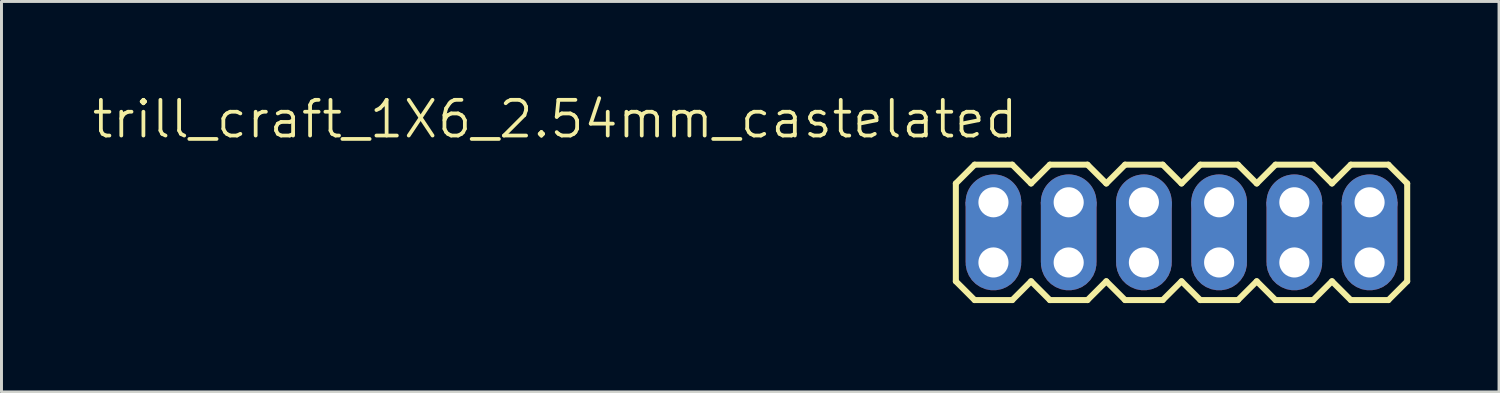
<source format=kicad_pcb>
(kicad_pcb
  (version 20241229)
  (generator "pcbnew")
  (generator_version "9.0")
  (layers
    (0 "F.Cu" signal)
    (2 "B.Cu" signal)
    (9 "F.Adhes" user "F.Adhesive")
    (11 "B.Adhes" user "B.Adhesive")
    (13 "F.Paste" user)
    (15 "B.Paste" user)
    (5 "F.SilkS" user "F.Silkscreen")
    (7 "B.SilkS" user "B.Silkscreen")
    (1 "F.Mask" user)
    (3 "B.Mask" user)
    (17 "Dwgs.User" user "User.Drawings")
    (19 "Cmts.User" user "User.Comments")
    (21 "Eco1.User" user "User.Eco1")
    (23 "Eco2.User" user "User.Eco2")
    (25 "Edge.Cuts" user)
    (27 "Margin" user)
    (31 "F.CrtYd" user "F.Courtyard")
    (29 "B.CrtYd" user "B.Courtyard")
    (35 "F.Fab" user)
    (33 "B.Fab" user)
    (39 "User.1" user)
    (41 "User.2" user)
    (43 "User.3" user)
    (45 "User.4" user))
  (footprint "trill_craft_1X6_2.54mm_castelated"
    (layer "F.Cu")
    (at 30.494 3.78)
    (property "Reference" "trill_craft_1X6_2.54mm_castelated" (at 0.9 -3.51 0) (layer "F.SilkS") (effects (font (size 1.206 1.206) (thickness 0.127)) (justify right top)))
    (attr through_hole)
    (fp_line (start -1.27 -0.635) (end -1.27 2.667) (stroke (width 0.203) (type solid)) (layer "F.SilkS"))
    (fp_line (start -1.27 2.667) (end -0.635 3.302) (stroke (width 0.203) (type solid)) (layer "F.SilkS"))
    (fp_line (start -0.635 -1.27) (end -1.27 -0.635) (stroke (width 0.203) (type solid)) (layer "F.SilkS"))
    (fp_line (start -0.635 -1.27) (end 0.635 -1.27) (stroke (width 0.203) (type solid)) (layer "F.SilkS"))
    (fp_line (start 0.635 -1.27) (end 1.27 -0.635) (stroke (width 0.203) (type solid)) (layer "F.SilkS"))
    (fp_line (start 0.635 3.302) (end -0.635 3.302) (stroke (width 0.203) (type solid)) (layer "F.SilkS"))
    (fp_line (start 1.27 -0.635) (end 1.905 -1.27) (stroke (width 0.203) (type solid)) (layer "F.SilkS"))
    (fp_line (start 1.27 2.667) (end 0.635 3.302) (stroke (width 0.203) (type solid)) (layer "F.SilkS"))
    (fp_line (start 1.905 -1.27) (end 3.175 -1.27) (stroke (width 0.203) (type solid)) (layer "F.SilkS"))
    (fp_line (start 1.905 3.302) (end 1.27 2.667) (stroke (width 0.203) (type solid)) (layer "F.SilkS"))
    (fp_line (start 3.175 -1.27) (end 3.81 -0.635) (stroke (width 0.203) (type solid)) (layer "F.SilkS"))
    (fp_line (start 3.175 3.302) (end 1.905 3.302) (stroke (width 0.203) (type solid)) (layer "F.SilkS"))
    (fp_line (start 3.81 -0.635) (end 4.445 -1.27) (stroke (width 0.203) (type solid)) (layer "F.SilkS"))
    (fp_line (start 3.81 2.667) (end 3.175 3.302) (stroke (width 0.203) (type solid)) (layer "F.SilkS"))
    (fp_line (start 4.445 -1.27) (end 5.715 -1.27) (stroke (width 0.203) (type solid)) (layer "F.SilkS"))
    (fp_line (start 4.445 3.302) (end 3.81 2.667) (stroke (width 0.203) (type solid)) (layer "F.SilkS"))
    (fp_line (start 5.715 -1.27) (end 6.35 -0.635) (stroke (width 0.203) (type solid)) (layer "F.SilkS"))
    (fp_line (start 5.715 3.302) (end 4.445 3.302) (stroke (width 0.203) (type solid)) (layer "F.SilkS"))
    (fp_line (start 6.35 2.667) (end 5.715 3.302) (stroke (width 0.203) (type solid)) (layer "F.SilkS"))
    (fp_line (start 6.35 2.667) (end 6.985 3.302) (stroke (width 0.203) (type solid)) (layer "F.SilkS"))
    (fp_line (start 6.985 -1.27) (end 6.35 -0.635) (stroke (width 0.203) (type solid)) (layer "F.SilkS"))
    (fp_line (start 6.985 -1.27) (end 8.255 -1.27) (stroke (width 0.203) (type solid)) (layer "F.SilkS"))
    (fp_line (start 8.255 -1.27) (end 8.89 -0.635) (stroke (width 0.203) (type solid)) (layer "F.SilkS"))
    (fp_line (start 8.255 3.302) (end 6.985 3.302) (stroke (width 0.203) (type solid)) (layer "F.SilkS"))
    (fp_line (start 8.89 -0.635) (end 9.525 -1.27) (stroke (width 0.203) (type solid)) (layer "F.SilkS"))
    (fp_line (start 8.89 2.667) (end 8.255 3.302) (stroke (width 0.203) (type solid)) (layer "F.SilkS"))
    (fp_line (start 9.525 -1.27) (end 10.795 -1.27) (stroke (width 0.203) (type solid)) (layer "F.SilkS"))
    (fp_line (start 9.525 3.302) (end 8.89 2.667) (stroke (width 0.203) (type solid)) (layer "F.SilkS"))
    (fp_line (start 10.795 -1.27) (end 11.43 -0.635) (stroke (width 0.203) (type solid)) (layer "F.SilkS"))
    (fp_line (start 10.795 3.302) (end 9.525 3.302) (stroke (width 0.203) (type solid)) (layer "F.SilkS"))
    (fp_line (start 11.43 -0.635) (end 12.065 -1.27) (stroke (width 0.203) (type solid)) (layer "F.SilkS"))
    (fp_line (start 11.43 2.667) (end 10.795 3.302) (stroke (width 0.203) (type solid)) (layer "F.SilkS"))
    (fp_line (start 12.065 -1.27) (end 13.335 -1.27) (stroke (width 0.203) (type solid)) (layer "F.SilkS"))
    (fp_line (start 12.065 3.302) (end 11.43 2.667) (stroke (width 0.203) (type solid)) (layer "F.SilkS"))
    (fp_line (start 13.335 -1.27) (end 13.97 -0.635) (stroke (width 0.203) (type solid)) (layer "F.SilkS"))
    (fp_line (start 13.335 3.302) (end 12.065 3.302) (stroke (width 0.203) (type solid)) (layer "F.SilkS"))
    (fp_line (start 13.97 2.667) (end 13.335 3.302) (stroke (width 0.203) (type solid)) (layer "F.SilkS"))
    (fp_line (start 13.97 2.667) (end 13.97 -0.635) (stroke (width 0.203) (type solid)) (layer "F.SilkS"))
    (fp_poly (pts (xy -0.254 0.254) (xy 0.254 0.254) (xy 0.254 -0.254) (xy -0.254 -0.254)) (stroke (width 0.1) (type solid)) (fill no) (layer "F.Fab"))
    (fp_poly (pts (xy -0.254 2.286) (xy 0.254 2.286) (xy 0.254 1.778) (xy -0.254 1.778)) (stroke (width 0.1) (type solid)) (fill no) (layer "F.Fab"))
    (fp_poly (pts (xy 2.286 0.254) (xy 2.794 0.254) (xy 2.794 -0.254) (xy 2.286 -0.254)) (stroke (width 0.1) (type solid)) (fill no) (layer "F.Fab"))
    (fp_poly (pts (xy 2.286 2.286) (xy 2.794 2.286) (xy 2.794 1.778) (xy 2.286 1.778)) (stroke (width 0.1) (type solid)) (fill no) (layer "F.Fab"))
    (fp_poly (pts (xy 4.826 0.254) (xy 5.334 0.254) (xy 5.334 -0.254) (xy 4.826 -0.254)) (stroke (width 0.1) (type solid)) (fill no) (layer "F.Fab"))
    (fp_poly (pts (xy 4.826 2.286) (xy 5.334 2.286) (xy 5.334 1.778) (xy 4.826 1.778)) (stroke (width 0.1) (type solid)) (fill no) (layer "F.Fab"))
    (fp_poly (pts (xy 7.366 0.254) (xy 7.874 0.254) (xy 7.874 -0.254) (xy 7.366 -0.254)) (stroke (width 0.1) (type solid)) (fill no) (layer "F.Fab"))
    (fp_poly (pts (xy 7.366 2.286) (xy 7.874 2.286) (xy 7.874 1.778) (xy 7.366 1.778)) (stroke (width 0.1) (type solid)) (fill no) (layer "F.Fab"))
    (fp_poly (pts (xy 9.906 0.254) (xy 10.414 0.254) (xy 10.414 -0.254) (xy 9.906 -0.254)) (stroke (width 0.1) (type solid)) (fill no) (layer "F.Fab"))
    (fp_poly (pts (xy 9.906 2.286) (xy 10.414 2.286) (xy 10.414 1.778) (xy 9.906 1.778)) (stroke (width 0.1) (type solid)) (fill no) (layer "F.Fab"))
    (fp_poly (pts (xy 12.446 0.254) (xy 12.954 0.254) (xy 12.954 -0.254) (xy 12.446 -0.254)) (stroke (width 0.1) (type solid)) (fill no) (layer "F.Fab"))
    (fp_poly (pts (xy 12.446 2.286) (xy 12.954 2.286) (xy 12.954 1.778) (xy 12.446 1.778)) (stroke (width 0.1) (type solid)) (fill no) (layer "F.Fab"))
    (pad "1" thru_hole circle (at 0 0 90) (size 1.88 1.88) (drill 1.016) (layers "*.Cu" "*.Mask"))
    (pad "1" thru_hole custom (at 0 2.032) (size 1.88 1.88) (drill 1.016) (layers "*.Cu" "*.Mask") (options (anchor circle)) (primitives (gr_poly (pts (xy 0.889 0) (xy -0.889 0) (xy -0.889 -2.032) (xy 0.889 -2.032)) (width 0.1) (fill yes))))
    (pad "2" thru_hole circle (at 2.54 0 90) (size 1.88 1.88) (drill 1.016) (layers "*.Cu" "*.Mask"))
    (pad "2" thru_hole custom (at 2.54 2.032) (size 1.88 1.88) (drill 1.016) (layers "*.Cu" "*.Mask") (options (anchor circle)) (primitives (gr_poly (pts (xy 0.889 0) (xy -0.889 0) (xy -0.889 -2.032) (xy 0.889 -2.032)) (width 0.1) (fill yes))))
    (pad "3" thru_hole circle (at 5.08 0 90) (size 1.88 1.88) (drill 1.016) (layers "*.Cu" "*.Mask"))
    (pad "3" thru_hole custom (at 5.08 2.032) (size 1.88 1.88) (drill 1.016) (layers "*.Cu" "*.Mask") (options (anchor circle)) (primitives (gr_poly (pts (xy 0.889 0) (xy -0.889 0) (xy -0.889 -2.032) (xy 0.889 -2.032)) (width 0.1) (fill yes))))
    (pad "4" thru_hole circle (at 7.62 0 90) (size 1.88 1.88) (drill 1.016) (layers "*.Cu" "*.Mask"))
    (pad "4" thru_hole custom (at 7.62 2.032) (size 1.88 1.88) (drill 1.016) (layers "*.Cu" "*.Mask") (options (anchor circle)) (primitives (gr_poly (pts (xy 0.889 0) (xy -0.889 0) (xy -0.889 -2.032) (xy 0.889 -2.032)) (width 0.1) (fill yes))))
    (pad "5" thru_hole circle (at 10.16 0 90) (size 1.88 1.88) (drill 1.016) (layers "*.Cu" "*.Mask"))
    (pad "5" thru_hole custom (at 10.16 2.032) (size 1.88 1.88) (drill 1.016) (layers "*.Cu" "*.Mask") (options (anchor circle)) (primitives (gr_poly (pts (xy 0.889 0) (xy -0.889 0) (xy -0.889 -2.032) (xy 0.889 -2.032)) (width 0.1) (fill yes))))
    (pad "6" thru_hole circle (at 12.7 0 90) (size 1.88 1.88) (drill 1.016) (layers "*.Cu" "*.Mask"))
    (pad "6" thru_hole custom (at 12.7 2.032) (size 1.88 1.88) (drill 1.016) (layers "*.Cu" "*.Mask") (options (anchor circle)) (primitives (gr_poly (pts (xy 0.889 0) (xy -0.889 0) (xy -0.889 -2.032) (xy 0.889 -2.032)) (width 0.1) (fill yes)))))
  (gr_rect
    (start -3 -3)
    (end 47.565 10.183)
    (stroke (width 0.1) (type default))
    (fill no)
    (layer "Edge.Cuts")))
</source>
